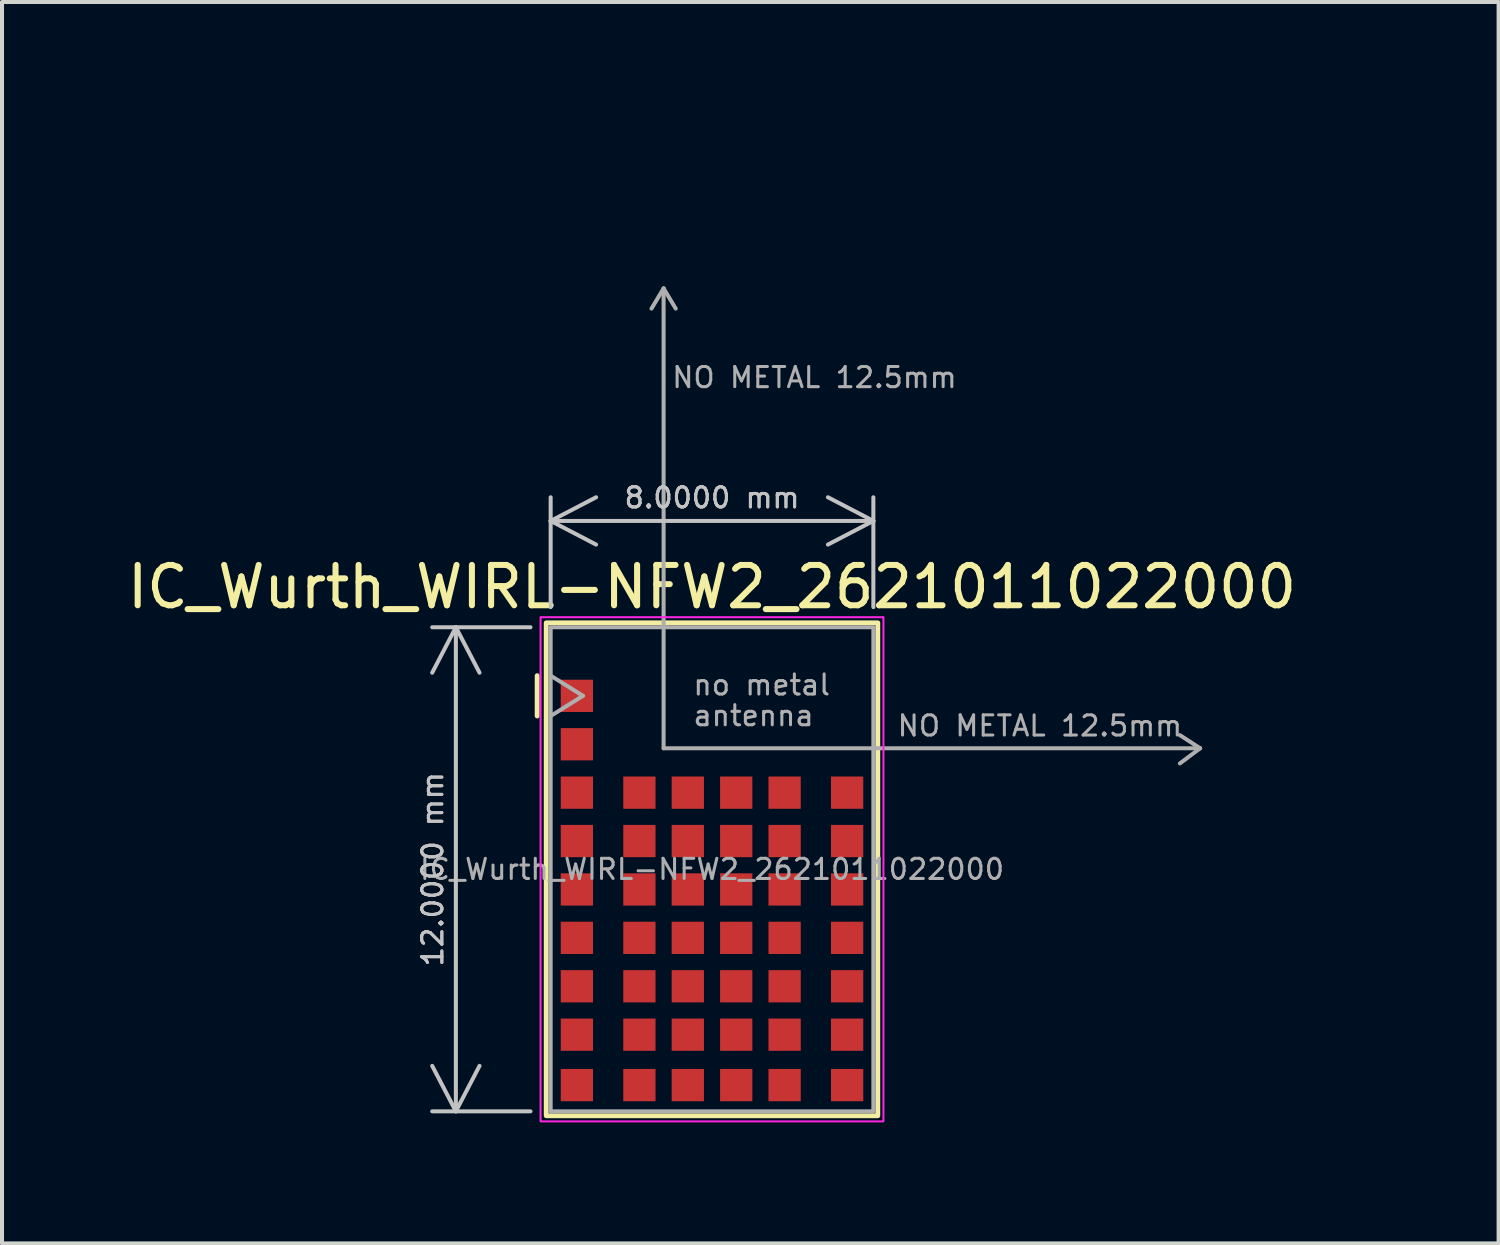
<source format=kicad_pcb>
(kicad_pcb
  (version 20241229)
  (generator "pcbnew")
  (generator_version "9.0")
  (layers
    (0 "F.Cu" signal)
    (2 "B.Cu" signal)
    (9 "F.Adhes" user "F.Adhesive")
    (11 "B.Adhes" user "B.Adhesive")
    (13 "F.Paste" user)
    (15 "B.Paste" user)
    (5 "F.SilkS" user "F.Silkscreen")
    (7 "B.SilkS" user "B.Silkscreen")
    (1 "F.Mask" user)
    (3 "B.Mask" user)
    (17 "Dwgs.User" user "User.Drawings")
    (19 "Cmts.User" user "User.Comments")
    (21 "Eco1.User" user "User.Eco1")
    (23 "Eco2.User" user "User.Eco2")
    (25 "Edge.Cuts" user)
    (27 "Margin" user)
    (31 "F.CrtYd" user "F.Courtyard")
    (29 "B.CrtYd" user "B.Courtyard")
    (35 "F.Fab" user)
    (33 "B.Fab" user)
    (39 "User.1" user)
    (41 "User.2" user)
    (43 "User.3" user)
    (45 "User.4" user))
  (footprint "IC_Wurth_WIRL-NFW2_2621011022000"
    (layer "F.Cu")
    (at 14.601 18.5)
    (property "Reference" "IC_Wurth_WIRL-NFW2_2621011022000" (at 0 -7 0) (unlocked yes) (layer "F.SilkS") (effects (font (size 1 1) (thickness 0.15))))
    (attr smd)
    (fp_line (start -4.335 -4.8) (end -4.335 -3.8) (stroke (width 0.12) (type default)) (layer "F.SilkS"))
    (fp_rect (start 4.11 -6.11) (end -4.11 6.11) (stroke (width 0.12) (type solid)) (fill no) (layer "F.SilkS"))
    (fp_rect (start -4.25 -6.25) (end 4.25 6.25) (stroke (width 0.05) (type default)) (fill no) (layer "F.CrtYd"))
    (fp_line (start -4 -4.8) (end -3.2 -4.3) (stroke (width 0.1) (type default)) (layer "F.Fab"))
    (fp_line (start -3.2 -4.3) (end -4 -3.8) (stroke (width 0.1) (type default)) (layer "F.Fab"))
    (fp_line (start -1.2 -14.4) (end -1.5 -13.9) (stroke (width 0.1) (type solid)) (layer "F.Fab"))
    (fp_line (start -1.2 -14.4) (end -0.9 -13.9) (stroke (width 0.1) (type solid)) (layer "F.Fab"))
    (fp_line (start -1.2 -3) (end -1.2 -14.4) (stroke (width 0.1) (type default)) (layer "F.Fab"))
    (fp_line (start -1.2 -3) (end 12.1 -3) (stroke (width 0.1) (type default)) (layer "F.Fab"))
    (fp_line (start 12.1 -3) (end 11.6 -3.325) (stroke (width 0.1) (type solid)) (layer "F.Fab"))
    (fp_line (start 12.1 -3) (end 11.6 -2.625) (stroke (width 0.1) (type solid)) (layer "F.Fab"))
    (fp_rect (start 4 -6) (end -4 6) (stroke (width 0.1) (type default)) (fill no) (layer "F.Fab"))
    (fp_text user "no metal" (at -0.508 -4.572 0) (layer "F.Fab") (effects (font (size 0.5 0.5) (thickness 0.075)) (justify left)))
    (fp_text user "antenna" (at -0.508 -3.81 0) (layer "F.Fab") (effects (font (size 0.5 0.5) (thickness 0.075)) (justify left)))
    (fp_text user "${REFERENCE}" (at 0 0 0) (unlocked yes) (layer "F.Fab") (effects (font (size 0.5 0.5) (thickness 0.075))))
    (fp_text user "NO METAL 12.5mm" (at 2.54 -12.192 180) (layer "F.Fab") (effects (font (size 0.5 0.5) (thickness 0.075))))
    (fp_text user "NO METAL 12.5mm" (at 8.128 -3.556 180) (layer "F.Fab") (effects (font (size 0.5 0.5) (thickness 0.075))))
    (dimension (type aligned) (layer "Dwgs.User") (pts (xy 10.601 12.5) (xy 18.601 12.5)) (height -2.636) (format (prefix "") (suffix "") (units 3) (units_format 1) (precision 4)) (style (thickness 0.1) (arrow_length 1.27) (text_position_mode 0) (arrow_direction outward) (extension_height 0.586) (extension_offset 0.5) (keep_text_aligned yes)) (gr_text "8.0000 mm" (at 14.601 9.289 0) (layer "Dwgs.User") (effects (font (size 0.5 0.5) (thickness 0.075)))))
    (dimension (type aligned) (layer "Dwgs.User") (pts (xy 10.601 12.5) (xy 10.601 24.5)) (height 2.35) (format (prefix "") (suffix "") (units 3) (units_format 1) (precision 4)) (style (thickness 0.1) (arrow_length 1.27) (text_position_mode 0) (arrow_direction outward) (extension_height 0.586) (extension_offset 0.5) (keep_text_aligned yes)) (gr_text "12.0000 mm" (at 7.676 18.5 90) (layer "Dwgs.User") (effects (font (size 0.5 0.5) (thickness 0.075)))))
    (pad "1" smd rect (at -3.35 -4.3 270) (size 0.8 0.8) (layers "F.Cu" "F.Mask" "F.Paste"))
    (pad "2" smd rect (at -3.35 -3.1 270) (size 0.8 0.8) (layers "F.Cu" "F.Mask" "F.Paste"))
    (pad "3" smd rect (at -3.35 -1.9 270) (size 0.8 0.8) (layers "F.Cu" "F.Mask" "F.Paste"))
    (pad "4" smd rect (at -3.35 -0.7 270) (size 0.8 0.8) (layers "F.Cu" "F.Mask" "F.Paste"))
    (pad "5" smd rect (at -3.35 0.5 270) (size 0.8 0.8) (layers "F.Cu" "F.Mask" "F.Paste"))
    (pad "6" smd rect (at -3.35 1.7 270) (size 0.8 0.8) (layers "F.Cu" "F.Mask" "F.Paste"))
    (pad "7" smd rect (at -3.35 2.9 270) (size 0.8 0.8) (layers "F.Cu" "F.Mask" "F.Paste"))
    (pad "8" smd rect (at -3.35 4.1 270) (size 0.8 0.8) (layers "F.Cu" "F.Mask" "F.Paste"))
    (pad "9" smd rect (at -3.35 5.35 270) (size 0.8 0.8) (layers "F.Cu" "F.Mask" "F.Paste"))
    (pad "10" smd rect (at -1.8 5.35 270) (size 0.8 0.8) (layers "F.Cu" "F.Mask" "F.Paste"))
    (pad "11" smd rect (at -0.6 5.35 270) (size 0.8 0.8) (layers "F.Cu" "F.Mask" "F.Paste"))
    (pad "12" smd rect (at 0.6 5.35 270) (size 0.8 0.8) (layers "F.Cu" "F.Mask" "F.Paste"))
    (pad "13" smd rect (at 1.8 5.35 270) (size 0.8 0.8) (layers "F.Cu" "F.Mask" "F.Paste"))
    (pad "14" smd rect (at 3.35 5.35 270) (size 0.8 0.8) (layers "F.Cu" "F.Mask" "F.Paste"))
    (pad "15" smd rect (at 3.35 4.1 270) (size 0.8 0.8) (layers "F.Cu" "F.Mask" "F.Paste"))
    (pad "16" smd rect (at 3.35 2.9 270) (size 0.8 0.8) (layers "F.Cu" "F.Mask" "F.Paste"))
    (pad "17" smd rect (at 3.35 1.7 270) (size 0.8 0.8) (layers "F.Cu" "F.Mask" "F.Paste"))
    (pad "18" smd rect (at 3.35 0.5 270) (size 0.8 0.8) (layers "F.Cu" "F.Mask" "F.Paste"))
    (pad "19" smd rect (at 3.35 -0.7 270) (size 0.8 0.8) (layers "F.Cu" "F.Mask" "F.Paste"))
    (pad "20" smd rect (at 3.35 -1.9 270) (size 0.8 0.8) (layers "F.Cu" "F.Mask" "F.Paste"))
    (pad "A1" smd rect (at -1.8 -1.9 270) (size 0.8 0.8) (layers "F.Cu" "F.Mask" "F.Paste"))
    (pad "A2" smd rect (at -1.8 -0.7 270) (size 0.8 0.8) (layers "F.Cu" "F.Mask" "F.Paste"))
    (pad "A3" smd rect (at -1.8 0.5 270) (size 0.8 0.8) (layers "F.Cu" "F.Mask" "F.Paste"))
    (pad "A4" smd rect (at -1.8 1.7 270) (size 0.8 0.8) (layers "F.Cu" "F.Mask" "F.Paste"))
    (pad "A5" smd rect (at -1.8 2.9 270) (size 0.8 0.8) (layers "F.Cu" "F.Mask" "F.Paste"))
    (pad "A6" smd rect (at -1.8 4.1 270) (size 0.8 0.8) (layers "F.Cu" "F.Mask" "F.Paste"))
    (pad "B1" smd rect (at -0.6 -1.9 270) (size 0.8 0.8) (layers "F.Cu" "F.Mask" "F.Paste"))
    (pad "B2" smd rect (at -0.6 -0.7 270) (size 0.8 0.8) (layers "F.Cu" "F.Mask" "F.Paste"))
    (pad "B3" smd rect (at -0.6 0.5 270) (size 0.8 0.8) (layers "F.Cu" "F.Mask" "F.Paste"))
    (pad "B4" smd rect (at -0.6 1.7 270) (size 0.8 0.8) (layers "F.Cu" "F.Mask" "F.Paste"))
    (pad "B5" smd rect (at -0.6 2.9 270) (size 0.8 0.8) (layers "F.Cu" "F.Mask" "F.Paste"))
    (pad "B6" smd rect (at -0.6 4.1 270) (size 0.8 0.8) (layers "F.Cu" "F.Mask" "F.Paste"))
    (pad "C1" smd rect (at 0.6 -1.9 270) (size 0.8 0.8) (layers "F.Cu" "F.Mask" "F.Paste"))
    (pad "C2" smd rect (at 0.6 -0.7 270) (size 0.8 0.8) (layers "F.Cu" "F.Mask" "F.Paste"))
    (pad "C3" smd rect (at 0.6 0.5 270) (size 0.8 0.8) (layers "F.Cu" "F.Mask" "F.Paste"))
    (pad "C4" smd rect (at 0.6 1.7 270) (size 0.8 0.8) (layers "F.Cu" "F.Mask" "F.Paste"))
    (pad "C5" smd rect (at 0.6 2.9 270) (size 0.8 0.8) (layers "F.Cu" "F.Mask" "F.Paste"))
    (pad "C6" smd rect (at 0.6 4.1 270) (size 0.8 0.8) (layers "F.Cu" "F.Mask" "F.Paste"))
    (pad "D1" smd rect (at 1.8 -1.9 270) (size 0.8 0.8) (layers "F.Cu" "F.Mask" "F.Paste"))
    (pad "D2" smd rect (at 1.8 -0.7 270) (size 0.8 0.8) (layers "F.Cu" "F.Mask" "F.Paste"))
    (pad "D3" smd rect (at 1.8 0.5 270) (size 0.8 0.8) (layers "F.Cu" "F.Mask" "F.Paste"))
    (pad "D4" smd rect (at 1.8 1.7 270) (size 0.8 0.8) (layers "F.Cu" "F.Mask" "F.Paste"))
    (pad "D5" smd rect (at 1.8 2.9 270) (size 0.8 0.8) (layers "F.Cu" "F.Mask" "F.Paste"))
    (pad "D6" smd rect (at 1.8 4.1 270) (size 0.8 0.8) (layers "F.Cu" "F.Mask" "F.Paste"))
    (zone (net_name "") (layers "F.Cu" "B.Cu") (name "NO METAL AREA") (hatch full 0.508) (connect_pads) (min_thickness 0.1) (filled_areas_thickness no) (keepout (tracks not_allowed) (vias not_allowed) (pads not_allowed) (copperpour not_allowed) (footprints not_allowed)) (placement (enabled no)) (fill) (polygon (pts (xy 31.101 0) (xy 31.101 15.5) (xy 13.401 15.5) (xy 13.401 0)))))
  (gr_rect
    (start -3 -3)
    (end 34.101 27.775)
    (stroke (width 0.1) (type default))
    (fill no)
    (layer "Edge.Cuts")))
</source>
